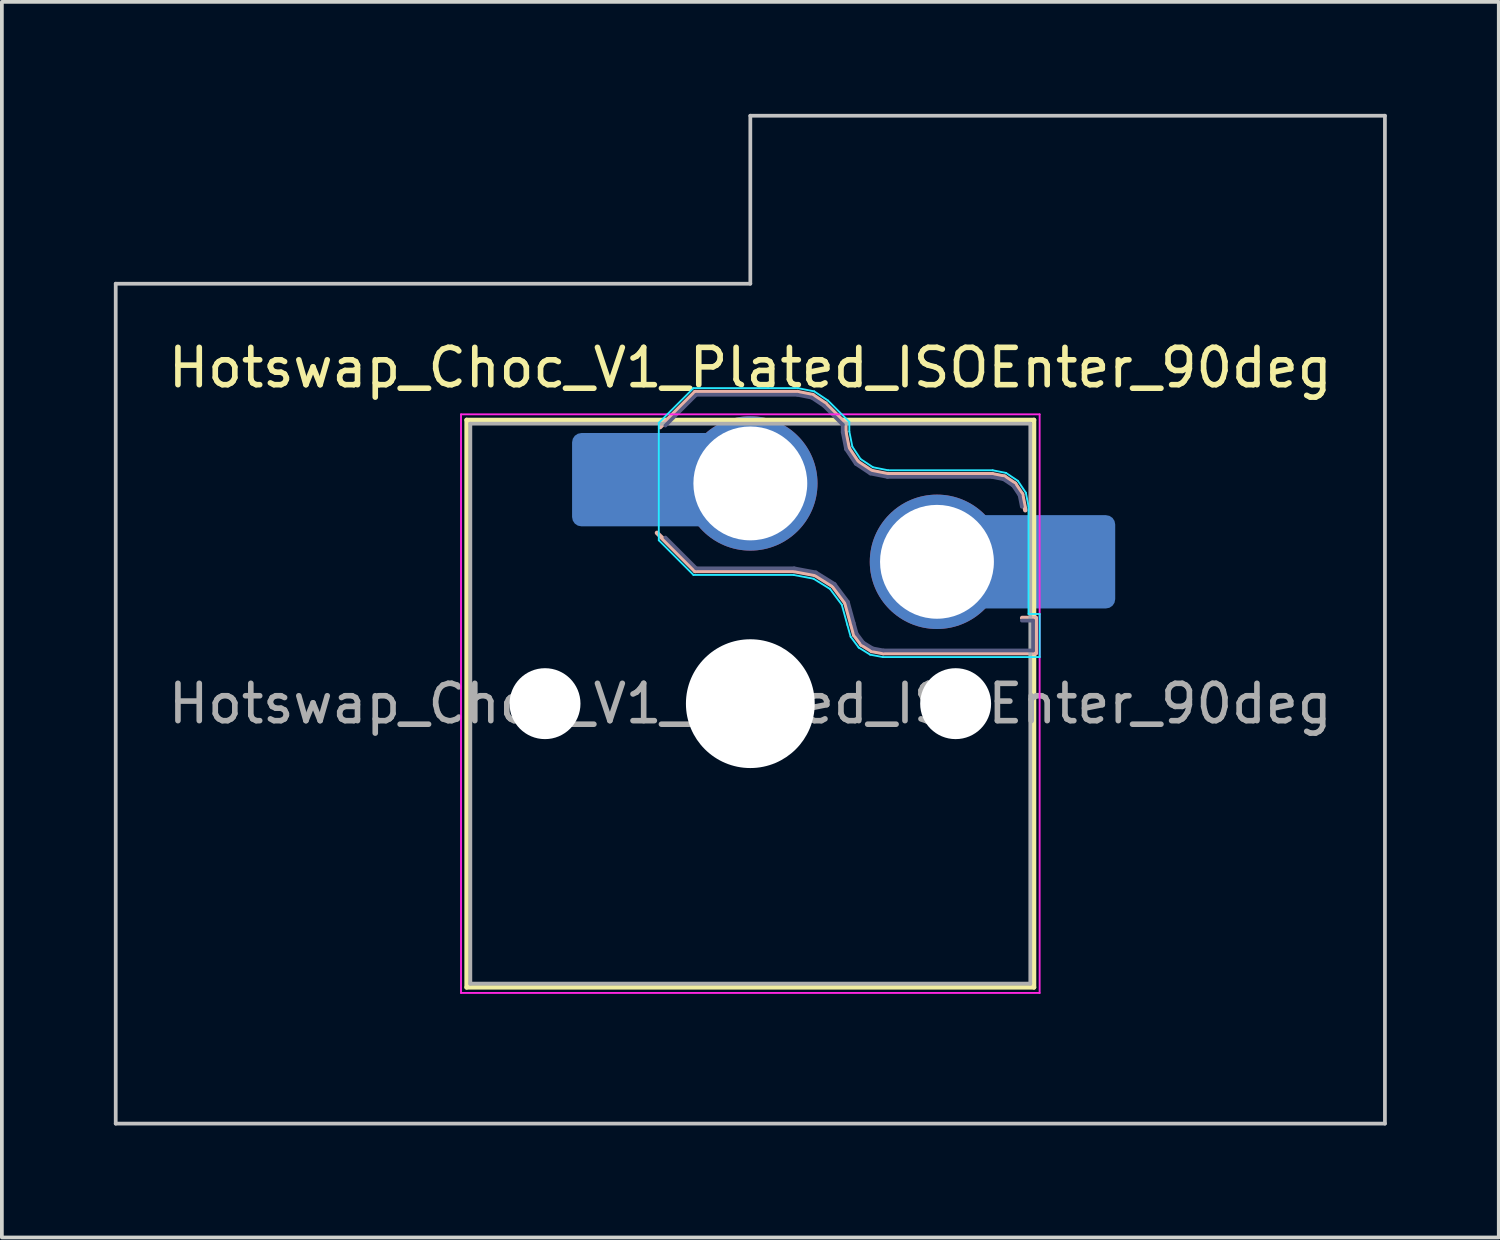
<source format=kicad_pcb>
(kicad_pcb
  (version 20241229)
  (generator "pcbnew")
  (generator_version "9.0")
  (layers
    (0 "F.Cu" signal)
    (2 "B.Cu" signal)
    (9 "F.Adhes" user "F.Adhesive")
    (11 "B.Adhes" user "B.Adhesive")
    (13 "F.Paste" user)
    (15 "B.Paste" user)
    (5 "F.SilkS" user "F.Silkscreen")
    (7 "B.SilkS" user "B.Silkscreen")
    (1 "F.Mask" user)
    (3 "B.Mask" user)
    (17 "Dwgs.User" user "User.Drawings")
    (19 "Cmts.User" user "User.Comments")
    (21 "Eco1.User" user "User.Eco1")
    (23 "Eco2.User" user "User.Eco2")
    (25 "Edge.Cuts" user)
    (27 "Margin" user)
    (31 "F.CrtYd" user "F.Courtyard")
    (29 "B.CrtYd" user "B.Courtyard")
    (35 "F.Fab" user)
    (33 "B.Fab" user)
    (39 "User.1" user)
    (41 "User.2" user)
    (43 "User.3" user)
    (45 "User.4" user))
  (footprint "Hotswap_Choc_V1_Plated_ISOEnter_90deg"
    (layer "F.Cu")
    (at 17.05 15.8)
    (property "Reference" "Hotswap_Choc_V1_Plated_ISOEnter_90deg" (at 0 -9 0) (layer "F.SilkS") (effects (font (size 1 1) (thickness 0.15))))
    (attr smd)
    (fp_line (start -7.6 -7.6) (end -7.6 7.6) (stroke (width 0.12) (type solid)) (layer "F.SilkS"))
    (fp_line (start -7.6 7.6) (end 7.6 7.6) (stroke (width 0.12) (type solid)) (layer "F.SilkS"))
    (fp_line (start 7.6 -7.6) (end -7.6 -7.6) (stroke (width 0.12) (type solid)) (layer "F.SilkS"))
    (fp_line (start 7.6 7.6) (end 7.6 -7.6) (stroke (width 0.12) (type solid)) (layer "F.SilkS"))
    (fp_line (start -2.416 -7.409) (end -1.479 -8.346) (stroke (width 0.12) (type solid)) (layer "B.SilkS"))
    (fp_line (start -1.479 -8.346) (end 1.268 -8.346) (stroke (width 0.12) (type solid)) (layer "B.SilkS"))
    (fp_line (start -1.479 -3.554) (end -2.5 -4.575) (stroke (width 0.12) (type solid)) (layer "B.SilkS"))
    (fp_line (start 1.168 -3.554) (end -1.479 -3.554) (stroke (width 0.12) (type solid)) (layer "B.SilkS"))
    (fp_line (start 1.268 -8.346) (end 1.671 -8.266) (stroke (width 0.12) (type solid)) (layer "B.SilkS"))
    (fp_line (start 1.671 -8.266) (end 2.013 -8.037) (stroke (width 0.12) (type solid)) (layer "B.SilkS"))
    (fp_line (start 1.73 -3.449) (end 1.168 -3.554) (stroke (width 0.12) (type solid)) (layer "B.SilkS"))
    (fp_line (start 2.013 -8.037) (end 2.546 -7.504) (stroke (width 0.12) (type solid)) (layer "B.SilkS"))
    (fp_line (start 2.209 -3.15) (end 1.73 -3.449) (stroke (width 0.12) (type solid)) (layer "B.SilkS"))
    (fp_line (start 2.546 -7.504) (end 2.546 -7.282) (stroke (width 0.12) (type solid)) (layer "B.SilkS"))
    (fp_line (start 2.546 -7.282) (end 2.633 -6.844) (stroke (width 0.12) (type solid)) (layer "B.SilkS"))
    (fp_line (start 2.547 -2.697) (end 2.209 -3.15) (stroke (width 0.12) (type solid)) (layer "B.SilkS"))
    (fp_line (start 2.633 -6.844) (end 2.877 -6.477) (stroke (width 0.12) (type solid)) (layer "B.SilkS"))
    (fp_line (start 2.701 -2.139) (end 2.547 -2.697) (stroke (width 0.12) (type solid)) (layer "B.SilkS"))
    (fp_line (start 2.783 -1.841) (end 2.701 -2.139) (stroke (width 0.12) (type solid)) (layer "B.SilkS"))
    (fp_line (start 2.877 -6.477) (end 3.244 -6.233) (stroke (width 0.12) (type solid)) (layer "B.SilkS"))
    (fp_line (start 2.976 -1.583) (end 2.783 -1.841) (stroke (width 0.12) (type solid)) (layer "B.SilkS"))
    (fp_line (start 3.244 -6.233) (end 3.682 -6.146) (stroke (width 0.12) (type solid)) (layer "B.SilkS"))
    (fp_line (start 3.25 -1.413) (end 2.976 -1.583) (stroke (width 0.12) (type solid)) (layer "B.SilkS"))
    (fp_line (start 3.56 -1.354) (end 3.25 -1.413) (stroke (width 0.12) (type solid)) (layer "B.SilkS"))
    (fp_line (start 3.682 -6.146) (end 6.482 -6.146) (stroke (width 0.12) (type solid)) (layer "B.SilkS"))
    (fp_line (start 6.482 -6.146) (end 6.809 -6.081) (stroke (width 0.12) (type solid)) (layer "B.SilkS"))
    (fp_line (start 6.809 -6.081) (end 7.092 -5.892) (stroke (width 0.12) (type solid)) (layer "B.SilkS"))
    (fp_line (start 7.092 -5.892) (end 7.281 -5.609) (stroke (width 0.12) (type solid)) (layer "B.SilkS"))
    (fp_line (start 7.281 -5.609) (end 7.366 -5.182) (stroke (width 0.12) (type solid)) (layer "B.SilkS"))
    (fp_line (start 7.283 -2.296) (end 7.646 -2.296) (stroke (width 0.12) (type solid)) (layer "B.SilkS"))
    (fp_line (start 7.646 -2.296) (end 7.646 -1.354) (stroke (width 0.12) (type solid)) (layer "B.SilkS"))
    (fp_line (start 7.646 -1.354) (end 3.56 -1.354) (stroke (width 0.12) (type solid)) (layer "B.SilkS"))
    (fp_line (start -17 -11.25) (end -17 11.25) (stroke (width 0.1) (type solid)) (layer "Dwgs.User"))
    (fp_line (start -17 11.25) (end 17 11.25) (stroke (width 0.1) (type solid)) (layer "Dwgs.User"))
    (fp_line (start 0 -15.75) (end 0 -11.25) (stroke (width 0.1) (type solid)) (layer "Dwgs.User"))
    (fp_line (start 0 -11.25) (end -17 -11.25) (stroke (width 0.1) (type solid)) (layer "Dwgs.User"))
    (fp_line (start 17 -15.75) (end 0 -15.75) (stroke (width 0.1) (type solid)) (layer "Dwgs.User"))
    (fp_line (start 17 11.25) (end 17 -15.75) (stroke (width 0.1) (type solid)) (layer "Dwgs.User"))
    (fp_line (start -7.25 -7.25) (end -7.25 7.25) (stroke (width 0.1) (type solid)) (layer "Eco1.User"))
    (fp_line (start -7.25 7.25) (end 7.25 7.25) (stroke (width 0.1) (type solid)) (layer "Eco1.User"))
    (fp_line (start 7.25 -7.25) (end -7.25 -7.25) (stroke (width 0.1) (type solid)) (layer "Eco1.User"))
    (fp_line (start 7.25 7.25) (end 7.25 -7.25) (stroke (width 0.1) (type solid)) (layer "Eco1.User"))
    (fp_line (start -2.452 -7.523) (end -1.523 -8.452) (stroke (width 0.05) (type solid)) (layer "B.CrtYd"))
    (fp_line (start -2.452 -4.377) (end -2.452 -7.523) (stroke (width 0.05) (type solid)) (layer "B.CrtYd"))
    (fp_line (start -1.523 -8.452) (end 1.278 -8.452) (stroke (width 0.05) (type solid)) (layer "B.CrtYd"))
    (fp_line (start -1.523 -3.448) (end -2.452 -4.377) (stroke (width 0.05) (type solid)) (layer "B.CrtYd"))
    (fp_line (start 1.159 -3.448) (end -1.523 -3.448) (stroke (width 0.05) (type solid)) (layer "B.CrtYd"))
    (fp_line (start 1.278 -8.452) (end 1.712 -8.366) (stroke (width 0.05) (type solid)) (layer "B.CrtYd"))
    (fp_line (start 1.691 -3.348) (end 1.159 -3.448) (stroke (width 0.05) (type solid)) (layer "B.CrtYd"))
    (fp_line (start 1.712 -8.366) (end 2.081 -8.119) (stroke (width 0.05) (type solid)) (layer "B.CrtYd"))
    (fp_line (start 2.081 -8.119) (end 2.652 -7.548) (stroke (width 0.05) (type solid)) (layer "B.CrtYd"))
    (fp_line (start 2.136 -3.071) (end 1.691 -3.348) (stroke (width 0.05) (type solid)) (layer "B.CrtYd"))
    (fp_line (start 2.45 -2.65) (end 2.136 -3.071) (stroke (width 0.05) (type solid)) (layer "B.CrtYd"))
    (fp_line (start 2.599 -2.111) (end 2.45 -2.65) (stroke (width 0.05) (type solid)) (layer "B.CrtYd"))
    (fp_line (start 2.652 -7.548) (end 2.652 -7.292) (stroke (width 0.05) (type solid)) (layer "B.CrtYd"))
    (fp_line (start 2.652 -7.292) (end 2.733 -6.885) (stroke (width 0.05) (type solid)) (layer "B.CrtYd"))
    (fp_line (start 2.687 -1.794) (end 2.599 -2.111) (stroke (width 0.05) (type solid)) (layer "B.CrtYd"))
    (fp_line (start 2.733 -6.885) (end 2.953 -6.553) (stroke (width 0.05) (type solid)) (layer "B.CrtYd"))
    (fp_line (start 2.903 -1.503) (end 2.687 -1.794) (stroke (width 0.05) (type solid)) (layer "B.CrtYd"))
    (fp_line (start 2.953 -6.553) (end 3.285 -6.333) (stroke (width 0.05) (type solid)) (layer "B.CrtYd"))
    (fp_line (start 3.211 -1.312) (end 2.903 -1.503) (stroke (width 0.05) (type solid)) (layer "B.CrtYd"))
    (fp_line (start 3.285 -6.333) (end 3.692 -6.252) (stroke (width 0.05) (type solid)) (layer "B.CrtYd"))
    (fp_line (start 3.55 -1.248) (end 3.211 -1.312) (stroke (width 0.05) (type solid)) (layer "B.CrtYd"))
    (fp_line (start 3.692 -6.252) (end 6.492 -6.252) (stroke (width 0.05) (type solid)) (layer "B.CrtYd"))
    (fp_line (start 6.492 -6.252) (end 6.85 -6.181) (stroke (width 0.05) (type solid)) (layer "B.CrtYd"))
    (fp_line (start 6.85 -6.181) (end 7.168 -5.968) (stroke (width 0.05) (type solid)) (layer "B.CrtYd"))
    (fp_line (start 7.168 -5.968) (end 7.381 -5.65) (stroke (width 0.05) (type solid)) (layer "B.CrtYd"))
    (fp_line (start 7.381 -5.65) (end 7.452 -5.292) (stroke (width 0.05) (type solid)) (layer "B.CrtYd"))
    (fp_line (start 7.452 -5.292) (end 7.452 -2.402) (stroke (width 0.05) (type solid)) (layer "B.CrtYd"))
    (fp_line (start 7.452 -2.402) (end 7.752 -2.402) (stroke (width 0.05) (type solid)) (layer "B.CrtYd"))
    (fp_line (start 7.752 -2.402) (end 7.752 -1.248) (stroke (width 0.05) (type solid)) (layer "B.CrtYd"))
    (fp_line (start 7.752 -1.248) (end 3.55 -1.248) (stroke (width 0.05) (type solid)) (layer "B.CrtYd"))
    (fp_line (start -7.75 -7.75) (end -7.75 7.75) (stroke (width 0.05) (type solid)) (layer "F.CrtYd"))
    (fp_line (start -7.75 7.75) (end 7.75 7.75) (stroke (width 0.05) (type solid)) (layer "F.CrtYd"))
    (fp_line (start 7.75 -7.75) (end -7.75 -7.75) (stroke (width 0.05) (type solid)) (layer "F.CrtYd"))
    (fp_line (start 7.75 7.75) (end 7.75 -7.75) (stroke (width 0.05) (type solid)) (layer "F.CrtYd"))
    (fp_line (start -2.275 -7.45) (end -1.45 -8.275) (stroke (width 0.1) (type solid)) (layer "B.Fab"))
    (fp_line (start -1.45 -8.275) (end 1.261 -8.275) (stroke (width 0.1) (type solid)) (layer "B.Fab"))
    (fp_line (start -1.45 -3.625) (end -2.275 -4.45) (stroke (width 0.1) (type solid)) (layer "B.Fab"))
    (fp_line (start 1.175 -3.625) (end -1.45 -3.625) (stroke (width 0.1) (type solid)) (layer "B.Fab"))
    (fp_line (start 1.261 -8.275) (end 1.643 -8.199) (stroke (width 0.1) (type solid)) (layer "B.Fab"))
    (fp_line (start 1.643 -8.199) (end 1.968 -7.982) (stroke (width 0.1) (type solid)) (layer "B.Fab"))
    (fp_line (start 1.756 -3.516) (end 1.175 -3.625) (stroke (width 0.1) (type solid)) (layer "B.Fab"))
    (fp_line (start 1.968 -7.982) (end 2.475 -7.475) (stroke (width 0.1) (type solid)) (layer "B.Fab"))
    (fp_line (start 2.258 -3.203) (end 1.756 -3.516) (stroke (width 0.1) (type solid)) (layer "B.Fab"))
    (fp_line (start 2.475 -7.475) (end 2.475 -7.275) (stroke (width 0.1) (type solid)) (layer "B.Fab"))
    (fp_line (start 2.475 -7.275) (end 2.566 -6.816) (stroke (width 0.1) (type solid)) (layer "B.Fab"))
    (fp_line (start 2.566 -6.816) (end 2.826 -6.426) (stroke (width 0.1) (type solid)) (layer "B.Fab"))
    (fp_line (start 2.612 -2.729) (end 2.258 -3.203) (stroke (width 0.1) (type solid)) (layer "B.Fab"))
    (fp_line (start 2.769 -2.158) (end 2.612 -2.729) (stroke (width 0.1) (type solid)) (layer "B.Fab"))
    (fp_line (start 2.826 -6.426) (end 3.216 -6.166) (stroke (width 0.1) (type solid)) (layer "B.Fab"))
    (fp_line (start 2.848 -1.873) (end 2.769 -2.158) (stroke (width 0.1) (type solid)) (layer "B.Fab"))
    (fp_line (start 3.025 -1.636) (end 2.848 -1.873) (stroke (width 0.1) (type solid)) (layer "B.Fab"))
    (fp_line (start 3.216 -6.166) (end 3.675 -6.075) (stroke (width 0.1) (type solid)) (layer "B.Fab"))
    (fp_line (start 3.276 -1.48) (end 3.025 -1.636) (stroke (width 0.1) (type solid)) (layer "B.Fab"))
    (fp_line (start 3.567 -1.425) (end 3.276 -1.48) (stroke (width 0.1) (type solid)) (layer "B.Fab"))
    (fp_line (start 3.675 -6.075) (end 6.475 -6.075) (stroke (width 0.1) (type solid)) (layer "B.Fab"))
    (fp_line (start 6.475 -6.075) (end 6.781 -6.014) (stroke (width 0.1) (type solid)) (layer "B.Fab"))
    (fp_line (start 6.781 -6.014) (end 7.041 -5.841) (stroke (width 0.1) (type solid)) (layer "B.Fab"))
    (fp_line (start 7.041 -5.841) (end 7.214 -5.581) (stroke (width 0.1) (type solid)) (layer "B.Fab"))
    (fp_line (start 7.214 -5.581) (end 7.275 -5.275) (stroke (width 0.1) (type solid)) (layer "B.Fab"))
    (fp_line (start 7.275 -2.225) (end 7.575 -2.225) (stroke (width 0.1) (type solid)) (layer "B.Fab"))
    (fp_line (start 7.575 -2.225) (end 7.575 -1.425) (stroke (width 0.1) (type solid)) (layer "B.Fab"))
    (fp_line (start 7.575 -1.425) (end 3.567 -1.425) (stroke (width 0.1) (type solid)) (layer "B.Fab"))
    (fp_line (start -7.5 -7.5) (end -7.5 7.5) (stroke (width 0.1) (type solid)) (layer "F.Fab"))
    (fp_line (start -7.5 7.5) (end 7.5 7.5) (stroke (width 0.1) (type solid)) (layer "F.Fab"))
    (fp_line (start 7.5 -7.5) (end -7.5 -7.5) (stroke (width 0.1) (type solid)) (layer "F.Fab"))
    (fp_line (start 7.5 7.5) (end 7.5 -7.5) (stroke (width 0.1) (type solid)) (layer "F.Fab"))
    (fp_text user "${REFERENCE}" (at 0 0 0) (layer "F.Fab") (effects (font (size 1 1) (thickness 0.15))))
    (pad "" np_thru_hole circle (at -5.5 0) (size 1.9 1.9) (drill 1.9) (layers "*.Cu" "*.Mask"))
    (pad "" smd roundrect (at -3.5 -6) (size 2.55 2.5) (layers "B.Mask" "B.Paste") (roundrect_rratio 0.1))
    (pad "" np_thru_hole circle (at 0 0) (size 3.45 3.45) (drill 3.45) (layers "*.Cu" "*.Mask"))
    (pad "" np_thru_hole circle (at 5.5 0) (size 1.9 1.9) (drill 1.9) (layers "*.Cu" "*.Mask"))
    (pad "" smd roundrect (at 8.5 -3.8) (size 2.55 2.5) (layers "B.Mask" "B.Paste") (roundrect_rratio 0.1))
    (pad "1" smd roundrect (at -2.85 -6) (size 3.85 2.5) (layers "B.Cu") (roundrect_rratio 0.1))
    (pad "1" thru_hole circle (at 0 -5.9) (size 3.6 3.6) (drill 3.05) (layers "*.Cu" "*.Mask"))
    (pad "2" thru_hole circle (at 5 -3.8) (size 3.6 3.6) (drill 3.05) (layers "*.Cu" "*.Mask"))
    (pad "2" smd roundrect (at 7.85 -3.8) (size 3.85 2.5) (layers "B.Cu") (roundrect_rratio 0.1)))
  (gr_rect
    (start -3 -3)
    (end 37.1 30.1)
    (stroke (width 0.1) (type default))
    (fill no)
    (layer "Edge.Cuts")))
</source>
